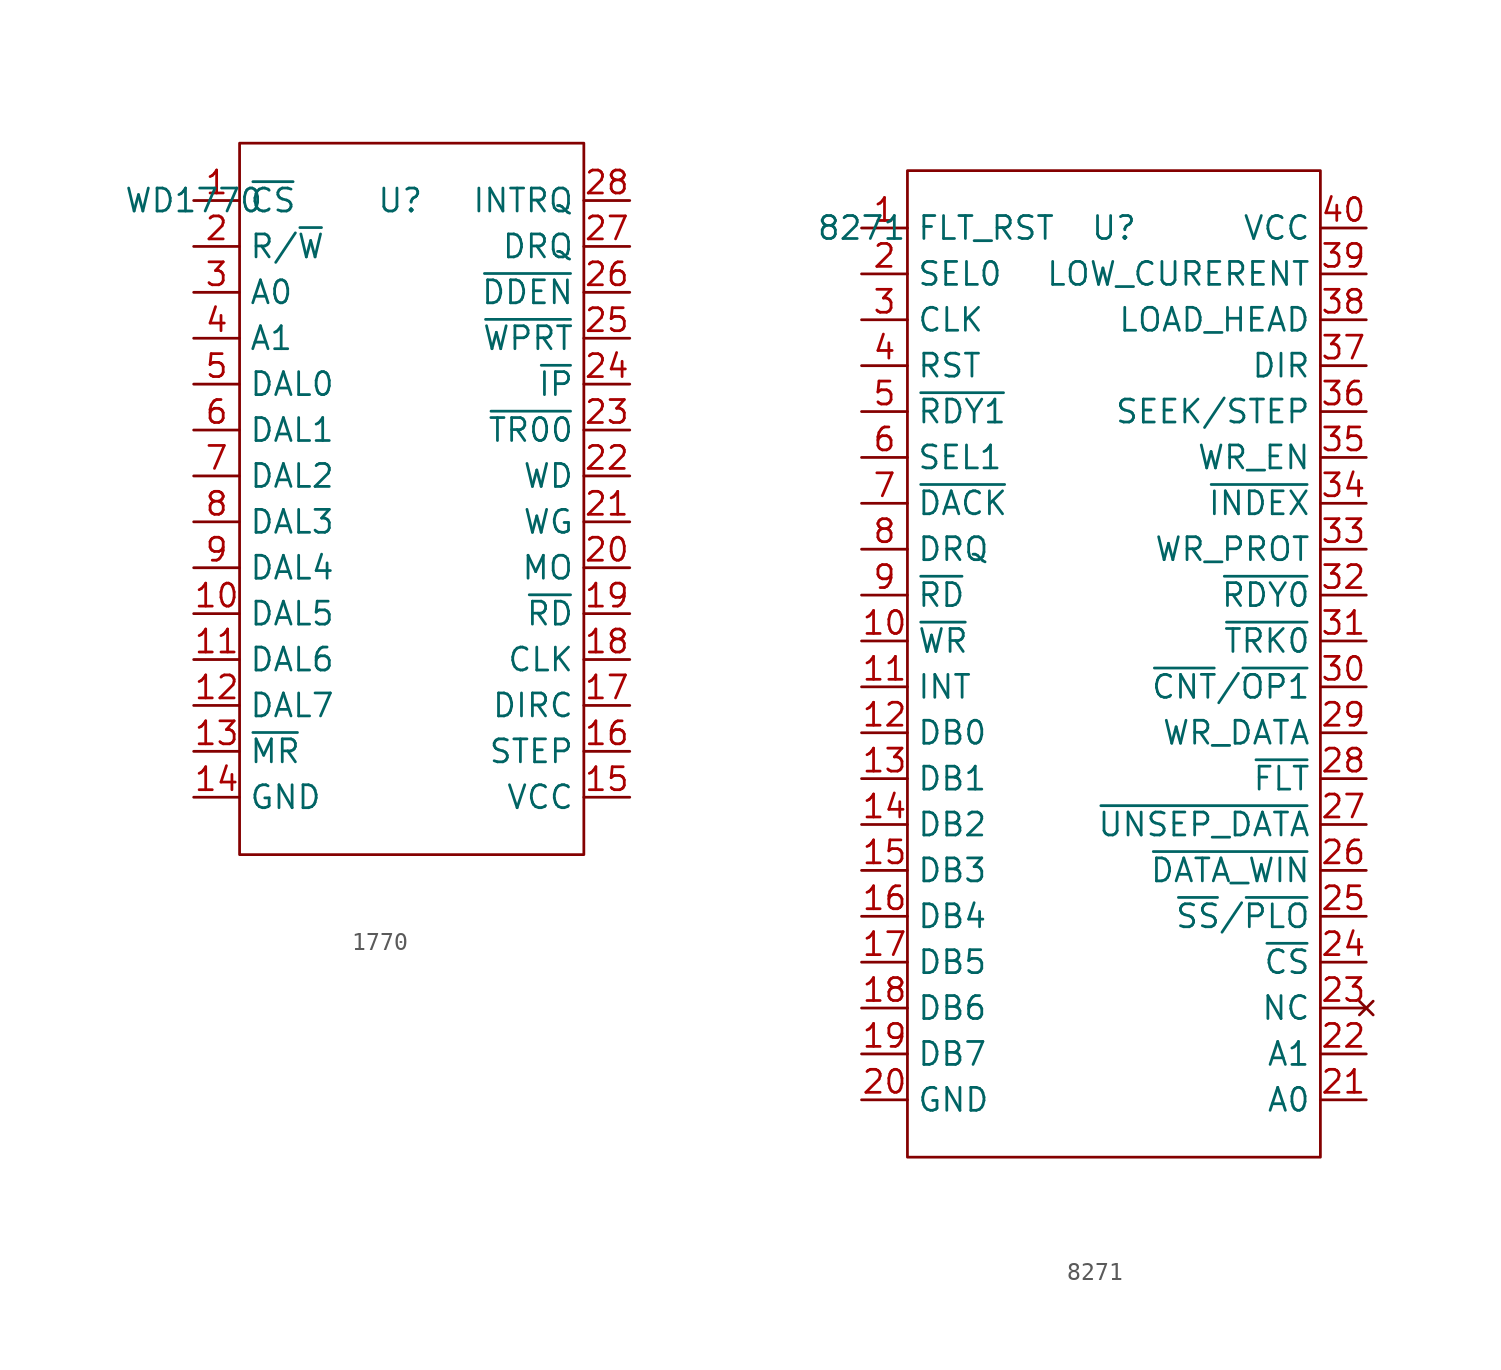
<source format=kicad_sym>
(kicad_symbol_lib
  (version 20231120)
  (generator "kicad_symbol_editor")
  (generator_version "8.0")
  (symbol "1770"
    (property "Reference" "U"
      (at 0 0 0)
      (effects (font (size 1.27 1.27))))
    (property "Value" "WD1770"
      (at -11.43 0 0)
      (effects (font (size 1.27 1.27))))
    (symbol "1770_0_0"
      (pin bidirectional line (at -11.43 -22.86 0) (length 2.54) (name "DAL5" (effects (font (size 1.27 1.27)))) (number "10" (effects (font (size 1.27 1.27)))))
      (pin bidirectional line (at -11.43 -25.4 0) (length 2.54) (name "DAL6" (effects (font (size 1.27 1.27)))) (number "11" (effects (font (size 1.27 1.27)))))
      (pin bidirectional line (at -11.43 -27.94 0) (length 2.54) (name "DAL7" (effects (font (size 1.27 1.27)))) (number "12" (effects (font (size 1.27 1.27)))))
      (pin power_in line (at -11.43 -33.02 0) (length 2.54) (name "GND" (effects (font (size 1.27 1.27)))) (number "14" (effects (font (size 1.27 1.27)))))
      (pin power_in line (at 12.7 -33.02 180) (length 2.54) (name "VCC" (effects (font (size 1.27 1.27)))) (number "15" (effects (font (size 1.27 1.27)))))
      (pin output line (at 12.7 -30.48 180) (length 2.54) (name "STEP" (effects (font (size 1.27 1.27)))) (number "16" (effects (font (size 1.27 1.27)))))
      (pin output line (at 12.7 -27.94 180) (length 2.54) (name "DIRC" (effects (font (size 1.27 1.27)))) (number "17" (effects (font (size 1.27 1.27)))))
      (pin input line (at 12.7 -25.4 180) (length 2.54) (name "CLK" (effects (font (size 1.27 1.27)))) (number "18" (effects (font (size 1.27 1.27)))))
      (pin output line (at 12.7 -20.32 180) (length 2.54) (name "MO" (effects (font (size 1.27 1.27)))) (number "20" (effects (font (size 1.27 1.27)))))
      (pin output line (at 12.7 -17.78 180) (length 2.54) (name "WG" (effects (font (size 1.27 1.27)))) (number "21" (effects (font (size 1.27 1.27)))))
      (pin output line (at 12.7 -15.24 180) (length 2.54) (name "WD" (effects (font (size 1.27 1.27)))) (number "22" (effects (font (size 1.27 1.27)))))
      (pin output line (at 12.7 -2.54 180) (length 2.54) (name "DRQ" (effects (font (size 1.27 1.27)))) (number "27" (effects (font (size 1.27 1.27)))))
      (pin output line (at 12.7 0 180) (length 2.54) (name "INTRQ" (effects (font (size 1.27 1.27)))) (number "28" (effects (font (size 1.27 1.27)))))
      (pin input line (at -11.43 -5.08 0) (length 2.54) (name "A0" (effects (font (size 1.27 1.27)))) (number "3" (effects (font (size 1.27 1.27)))))
      (pin input line (at -11.43 -7.62 0) (length 2.54) (name "A1" (effects (font (size 1.27 1.27)))) (number "4" (effects (font (size 1.27 1.27)))))
      (pin bidirectional line (at -11.43 -10.16 0) (length 2.54) (name "DAL0" (effects (font (size 1.27 1.27)))) (number "5" (effects (font (size 1.27 1.27)))))
      (pin bidirectional line (at -11.43 -12.7 0) (length 2.54) (name "DAL1" (effects (font (size 1.27 1.27)))) (number "6" (effects (font (size 1.27 1.27)))))
      (pin bidirectional line (at -11.43 -15.24 0) (length 2.54) (name "DAL2" (effects (font (size 1.27 1.27)))) (number "7" (effects (font (size 1.27 1.27)))))
      (pin bidirectional line (at -11.43 -17.78 0) (length 2.54) (name "DAL3" (effects (font (size 1.27 1.27)))) (number "8" (effects (font (size 1.27 1.27)))))
      (pin bidirectional line (at -11.43 -20.32 0) (length 2.54) (name "DAL4" (effects (font (size 1.27 1.27)))) (number "9" (effects (font (size 1.27 1.27))))))
    (symbol "1770_0_1"
      (rectangle (start -8.89 3.175) (end 10.16 -36.195) (stroke (width 0) (type default)) (fill (type none))))
    (symbol "1770_1_0"
      (pin input line (at -11.43 0 0) (length 2.54) (name "~{CS}" (effects (font (size 1.27 1.27)))) (number "1" (effects (font (size 1.27 1.27)))))
      (pin input line (at -11.43 -30.48 0) (length 2.54) (name "~{MR}" (effects (font (size 1.27 1.27)))) (number "13" (effects (font (size 1.27 1.27)))))
      (pin input line (at 12.7 -22.86 180) (length 2.54) (name "~{RD}" (effects (font (size 1.27 1.27)))) (number "19" (effects (font (size 1.27 1.27)))))
      (pin input line (at -11.43 -2.54 0) (length 2.54) (name "R/~{W}" (effects (font (size 1.27 1.27)))) (number "2" (effects (font (size 1.27 1.27)))))
      (pin input line (at 12.7 -12.7 180) (length 2.54) (name "~{TR00}" (effects (font (size 1.27 1.27)))) (number "23" (effects (font (size 1.27 1.27)))))
      (pin input line (at 12.7 -10.16 180) (length 2.54) (name "~{IP}" (effects (font (size 1.27 1.27)))) (number "24" (effects (font (size 1.27 1.27)))))
      (pin input line (at 12.7 -7.62 180) (length 2.54) (name "~{WPRT}" (effects (font (size 1.27 1.27)))) (number "25" (effects (font (size 1.27 1.27)))))
      (pin input line (at 12.7 -5.08 180) (length 2.54) (name "~{DDEN}" (effects (font (size 1.27 1.27)))) (number "26" (effects (font (size 1.27 1.27)))))))
  (symbol "8271"
    (property "Reference" "U"
      (at 0 0 0)
      (effects (font (size 1.27 1.27))))
    (property "Value" "8271"
      (at -13.97 0 0)
      (effects (font (size 1.27 1.27))))
    (symbol "8271_0_0"
      (pin passive line (at -13.97 0 0) (length 2.54) (name "FLT_RST" (effects (font (size 1.27 1.27)))) (number "1" (effects (font (size 1.27 1.27)))))
      (pin passive line (at -13.97 -22.86 0) (length 2.54) (name "~{WR}" (effects (font (size 1.27 1.27)))) (number "10" (effects (font (size 1.27 1.27)))))
      (pin passive line (at -13.97 -25.4 0) (length 2.54) (name "INT" (effects (font (size 1.27 1.27)))) (number "11" (effects (font (size 1.27 1.27)))))
      (pin bidirectional line (at -13.97 -27.94 0) (length 2.54) (name "DB0" (effects (font (size 1.27 1.27)))) (number "12" (effects (font (size 1.27 1.27)))))
      (pin bidirectional line (at -13.97 -30.48 0) (length 2.54) (name "DB1" (effects (font (size 1.27 1.27)))) (number "13" (effects (font (size 1.27 1.27)))))
      (pin bidirectional line (at -13.97 -33.02 0) (length 2.54) (name "DB2" (effects (font (size 1.27 1.27)))) (number "14" (effects (font (size 1.27 1.27)))))
      (pin bidirectional line (at -13.97 -35.56 0) (length 2.54) (name "DB3" (effects (font (size 1.27 1.27)))) (number "15" (effects (font (size 1.27 1.27)))))
      (pin bidirectional line (at -13.97 -38.1 0) (length 2.54) (name "DB4" (effects (font (size 1.27 1.27)))) (number "16" (effects (font (size 1.27 1.27)))))
      (pin bidirectional line (at -13.97 -40.64 0) (length 2.54) (name "DB5" (effects (font (size 1.27 1.27)))) (number "17" (effects (font (size 1.27 1.27)))))
      (pin bidirectional line (at -13.97 -43.18 0) (length 2.54) (name "DB6" (effects (font (size 1.27 1.27)))) (number "18" (effects (font (size 1.27 1.27)))))
      (pin bidirectional line (at -13.97 -45.72 0) (length 2.54) (name "DB7" (effects (font (size 1.27 1.27)))) (number "19" (effects (font (size 1.27 1.27)))))
      (pin passive line (at -13.97 -2.54 0) (length 2.54) (name "SEL0" (effects (font (size 1.27 1.27)))) (number "2" (effects (font (size 1.27 1.27)))))
      (pin power_in line (at -13.97 -48.26 0) (length 2.54) (name "GND" (effects (font (size 1.27 1.27)))) (number "20" (effects (font (size 1.27 1.27)))))
      (pin passive line (at 13.97 -48.26 180) (length 2.54) (name "A0" (effects (font (size 1.27 1.27)))) (number "21" (effects (font (size 1.27 1.27)))))
      (pin passive line (at 13.97 -45.72 180) (length 2.54) (name "A1" (effects (font (size 1.27 1.27)))) (number "22" (effects (font (size 1.27 1.27)))))
      (pin no_connect line (at 13.97 -43.18 180) (length 2.54) (name "NC" (effects (font (size 1.27 1.27)))) (number "23" (effects (font (size 1.27 1.27)))))
      (pin passive line (at 13.97 -40.64 180) (length 2.54) (name "~{CS}" (effects (font (size 1.27 1.27)))) (number "24" (effects (font (size 1.27 1.27)))))
      (pin passive line (at 13.97 -38.1 180) (length 2.54) (name "~{SS}/~{PLO}" (effects (font (size 1.27 1.27)))) (number "25" (effects (font (size 1.27 1.27)))))
      (pin passive line (at 13.97 -35.56 180) (length 2.54) (name "~{DATA_WIN}" (effects (font (size 1.27 1.27)))) (number "26" (effects (font (size 1.27 1.27)))))
      (pin passive line (at 13.97 -33.02 180) (length 2.54) (name "~{UNSEP_DATA}" (effects (font (size 1.27 1.27)))) (number "27" (effects (font (size 1.27 1.27)))))
      (pin passive line (at 13.97 -30.48 180) (length 2.54) (name "~{FLT}" (effects (font (size 1.27 1.27)))) (number "28" (effects (font (size 1.27 1.27)))))
      (pin passive line (at 13.97 -27.94 180) (length 2.54) (name "WR_DATA" (effects (font (size 1.27 1.27)))) (number "29" (effects (font (size 1.27 1.27)))))
      (pin passive line (at -13.97 -5.08 0) (length 2.54) (name "CLK" (effects (font (size 1.27 1.27)))) (number "3" (effects (font (size 1.27 1.27)))))
      (pin passive line (at 13.97 -25.4 180) (length 2.54) (name "~{CNT}/~{OP1}" (effects (font (size 1.27 1.27)))) (number "30" (effects (font (size 1.27 1.27)))))
      (pin passive line (at 13.97 -22.86 180) (length 2.54) (name "~{TRK0}" (effects (font (size 1.27 1.27)))) (number "31" (effects (font (size 1.27 1.27)))))
      (pin passive line (at 13.97 -20.32 180) (length 2.54) (name "~{RDY0}" (effects (font (size 1.27 1.27)))) (number "32" (effects (font (size 1.27 1.27)))))
      (pin passive line (at 13.97 -17.78 180) (length 2.54) (name "WR_PROT" (effects (font (size 1.27 1.27)))) (number "33" (effects (font (size 1.27 1.27)))))
      (pin passive line (at 13.97 -15.24 180) (length 2.54) (name "~{INDEX}" (effects (font (size 1.27 1.27)))) (number "34" (effects (font (size 1.27 1.27)))))
      (pin passive line (at 13.97 -12.7 180) (length 2.54) (name "WR_EN" (effects (font (size 1.27 1.27)))) (number "35" (effects (font (size 1.27 1.27)))))
      (pin passive line (at 13.97 -10.16 180) (length 2.54) (name "SEEK/STEP" (effects (font (size 1.27 1.27)))) (number "36" (effects (font (size 1.27 1.27)))))
      (pin passive line (at 13.97 -7.62 180) (length 2.54) (name "DIR" (effects (font (size 1.27 1.27)))) (number "37" (effects (font (size 1.27 1.27)))))
      (pin passive line (at 13.97 -5.08 180) (length 2.54) (name "LOAD_HEAD" (effects (font (size 1.27 1.27)))) (number "38" (effects (font (size 1.27 1.27)))))
      (pin passive line (at 13.97 -2.54 180) (length 2.54) (name "LOW_CURERENT" (effects (font (size 1.27 1.27)))) (number "39" (effects (font (size 1.27 1.27)))))
      (pin passive line (at -13.97 -7.62 0) (length 2.54) (name "RST" (effects (font (size 1.27 1.27)))) (number "4" (effects (font (size 1.27 1.27)))))
      (pin power_in line (at 13.97 0 180) (length 2.54) (name "VCC" (effects (font (size 1.27 1.27)))) (number "40" (effects (font (size 1.27 1.27)))))
      (pin passive line (at -13.97 -10.16 0) (length 2.54) (name "~{RDY1}" (effects (font (size 1.27 1.27)))) (number "5" (effects (font (size 1.27 1.27)))))
      (pin passive line (at -13.97 -12.7 0) (length 2.54) (name "SEL1" (effects (font (size 1.27 1.27)))) (number "6" (effects (font (size 1.27 1.27)))))
      (pin passive line (at -13.97 -15.24 0) (length 2.54) (name "~{DACK}" (effects (font (size 1.27 1.27)))) (number "7" (effects (font (size 1.27 1.27)))))
      (pin passive line (at -13.97 -17.78 0) (length 2.54) (name "DRQ" (effects (font (size 1.27 1.27)))) (number "8" (effects (font (size 1.27 1.27)))))
      (pin passive line (at -13.97 -20.32 0) (length 2.54) (name "~{RD}" (effects (font (size 1.27 1.27)))) (number "9" (effects (font (size 1.27 1.27))))))
    (symbol "8271_0_1"
      (rectangle (start -11.43 3.175) (end 11.43 -51.435) (stroke (width 0) (type default)) (fill (type none))))))
</source>
